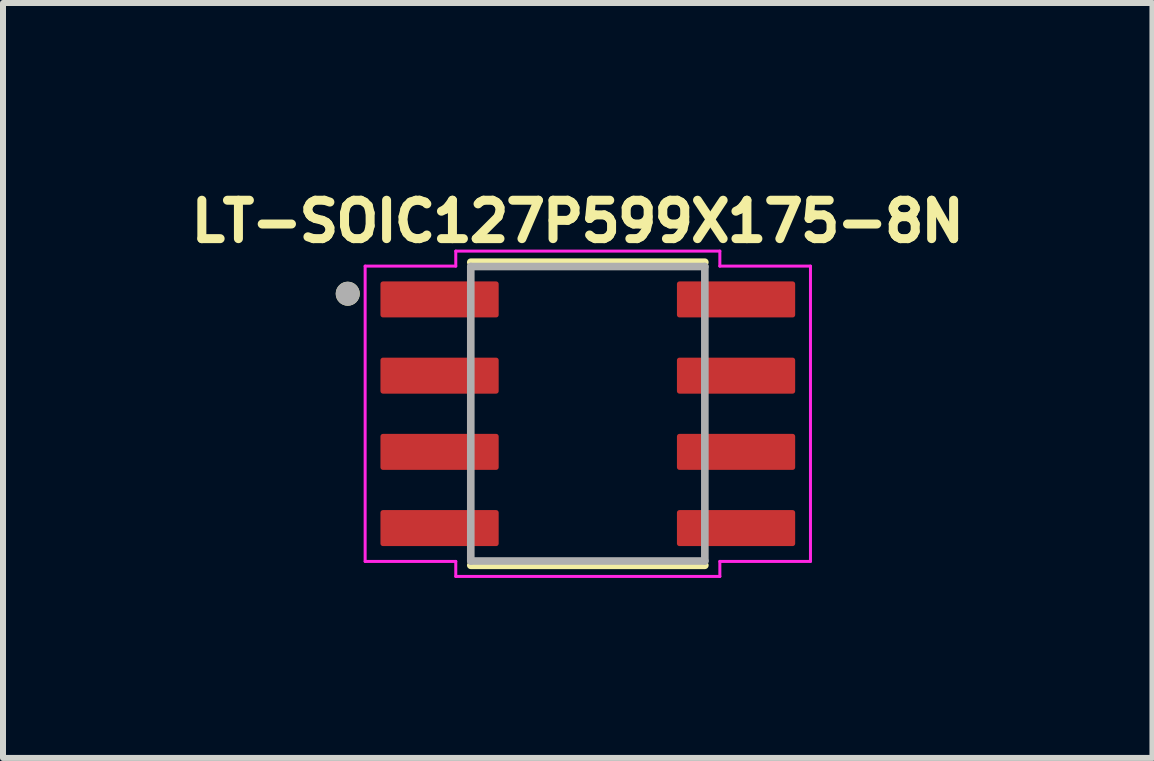
<source format=kicad_pcb>
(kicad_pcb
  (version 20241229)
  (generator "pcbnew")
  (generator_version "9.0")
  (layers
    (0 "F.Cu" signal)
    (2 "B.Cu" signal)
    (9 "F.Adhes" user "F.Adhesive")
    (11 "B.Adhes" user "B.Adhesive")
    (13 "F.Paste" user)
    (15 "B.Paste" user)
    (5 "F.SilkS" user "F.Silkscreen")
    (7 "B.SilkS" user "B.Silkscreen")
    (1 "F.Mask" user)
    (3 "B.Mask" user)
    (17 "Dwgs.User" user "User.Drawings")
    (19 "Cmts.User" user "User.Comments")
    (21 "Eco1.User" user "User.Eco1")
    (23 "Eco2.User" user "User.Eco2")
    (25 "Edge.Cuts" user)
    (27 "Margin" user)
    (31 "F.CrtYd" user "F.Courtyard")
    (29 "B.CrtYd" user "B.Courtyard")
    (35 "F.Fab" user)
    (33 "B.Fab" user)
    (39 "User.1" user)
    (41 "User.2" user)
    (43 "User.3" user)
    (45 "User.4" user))
  (footprint "LT-SOIC127P599X175-8N"
    (layer "F.Cu")
    (at 6.744 3.844)
    (property "Reference" "LT-SOIC127P599X175-8N" (at -0.168 -3.206 0) (layer "F.SilkS") (effects (font (size 0.64 0.64) (thickness 0.15))))
    (attr smd)
    (fp_line (start -1.95 -2.525) (end 1.95 -2.525) (stroke (width 0.127) (type solid)) (layer "F.SilkS"))
    (fp_line (start -1.95 2.525) (end 1.95 2.525) (stroke (width 0.127) (type solid)) (layer "F.SilkS"))
    (fp_circle (center -4 -2) (end -3.9 -2) (stroke (width 0.2) (type solid)) (fill no) (layer "F.SilkS"))
    (fp_line (start -3.71 -2.46) (end -3.71 2.46) (stroke (width 0.05) (type solid)) (layer "F.CrtYd"))
    (fp_line (start -3.71 2.46) (end -2.2 2.46) (stroke (width 0.05) (type solid)) (layer "F.CrtYd"))
    (fp_line (start -2.2 -2.71) (end -2.2 -2.46) (stroke (width 0.05) (type solid)) (layer "F.CrtYd"))
    (fp_line (start -2.2 -2.46) (end -3.71 -2.46) (stroke (width 0.05) (type solid)) (layer "F.CrtYd"))
    (fp_line (start -2.2 2.46) (end -2.2 2.71) (stroke (width 0.05) (type solid)) (layer "F.CrtYd"))
    (fp_line (start -2.2 2.71) (end 2.2 2.71) (stroke (width 0.05) (type solid)) (layer "F.CrtYd"))
    (fp_line (start 2.2 -2.71) (end -2.2 -2.71) (stroke (width 0.05) (type solid)) (layer "F.CrtYd"))
    (fp_line (start 2.2 -2.46) (end 2.2 -2.71) (stroke (width 0.05) (type solid)) (layer "F.CrtYd"))
    (fp_line (start 2.2 2.46) (end 3.71 2.46) (stroke (width 0.05) (type solid)) (layer "F.CrtYd"))
    (fp_line (start 2.2 2.71) (end 2.2 2.46) (stroke (width 0.05) (type solid)) (layer "F.CrtYd"))
    (fp_line (start 3.71 -2.46) (end 2.2 -2.46) (stroke (width 0.05) (type solid)) (layer "F.CrtYd"))
    (fp_line (start 3.71 2.46) (end 3.71 -2.46) (stroke (width 0.05) (type solid)) (layer "F.CrtYd"))
    (fp_line (start -1.95 -2.453) (end -1.95 2.453) (stroke (width 0.127) (type solid)) (layer "F.Fab"))
    (fp_line (start -1.95 2.453) (end 1.95 2.453) (stroke (width 0.127) (type solid)) (layer "F.Fab"))
    (fp_line (start 1.95 -2.453) (end -1.95 -2.453) (stroke (width 0.127) (type solid)) (layer "F.Fab"))
    (fp_line (start 1.95 2.453) (end 1.95 -2.453) (stroke (width 0.127) (type solid)) (layer "F.Fab"))
    (fp_circle (center -4 -2) (end -3.9 -2) (stroke (width 0.2) (type solid)) (fill no) (layer "F.Fab"))
    (pad "1" smd roundrect (at -2.47 -1.905) (size 1.97 0.6) (layers "F.Cu" "F.Mask" "F.Paste") (roundrect_rratio 0.07))
    (pad "2" smd roundrect (at -2.47 -0.635) (size 1.97 0.6) (layers "F.Cu" "F.Mask" "F.Paste") (roundrect_rratio 0.07))
    (pad "3" smd roundrect (at -2.47 0.635) (size 1.97 0.6) (layers "F.Cu" "F.Mask" "F.Paste") (roundrect_rratio 0.07))
    (pad "4" smd roundrect (at -2.47 1.905) (size 1.97 0.6) (layers "F.Cu" "F.Mask" "F.Paste") (roundrect_rratio 0.07))
    (pad "5" smd roundrect (at 2.47 1.905) (size 1.97 0.6) (layers "F.Cu" "F.Mask" "F.Paste") (roundrect_rratio 0.07))
    (pad "6" smd roundrect (at 2.47 0.635) (size 1.97 0.6) (layers "F.Cu" "F.Mask" "F.Paste") (roundrect_rratio 0.07))
    (pad "7" smd roundrect (at 2.47 -0.635) (size 1.97 0.6) (layers "F.Cu" "F.Mask" "F.Paste") (roundrect_rratio 0.07))
    (pad "8" smd roundrect (at 2.47 -1.905) (size 1.97 0.6) (layers "F.Cu" "F.Mask" "F.Paste") (roundrect_rratio 0.07)))
  (gr_rect
    (start -3 -3)
    (end 16.152 9.579)
    (stroke (width 0.1) (type default))
    (fill no)
    (layer "Edge.Cuts")))
</source>
